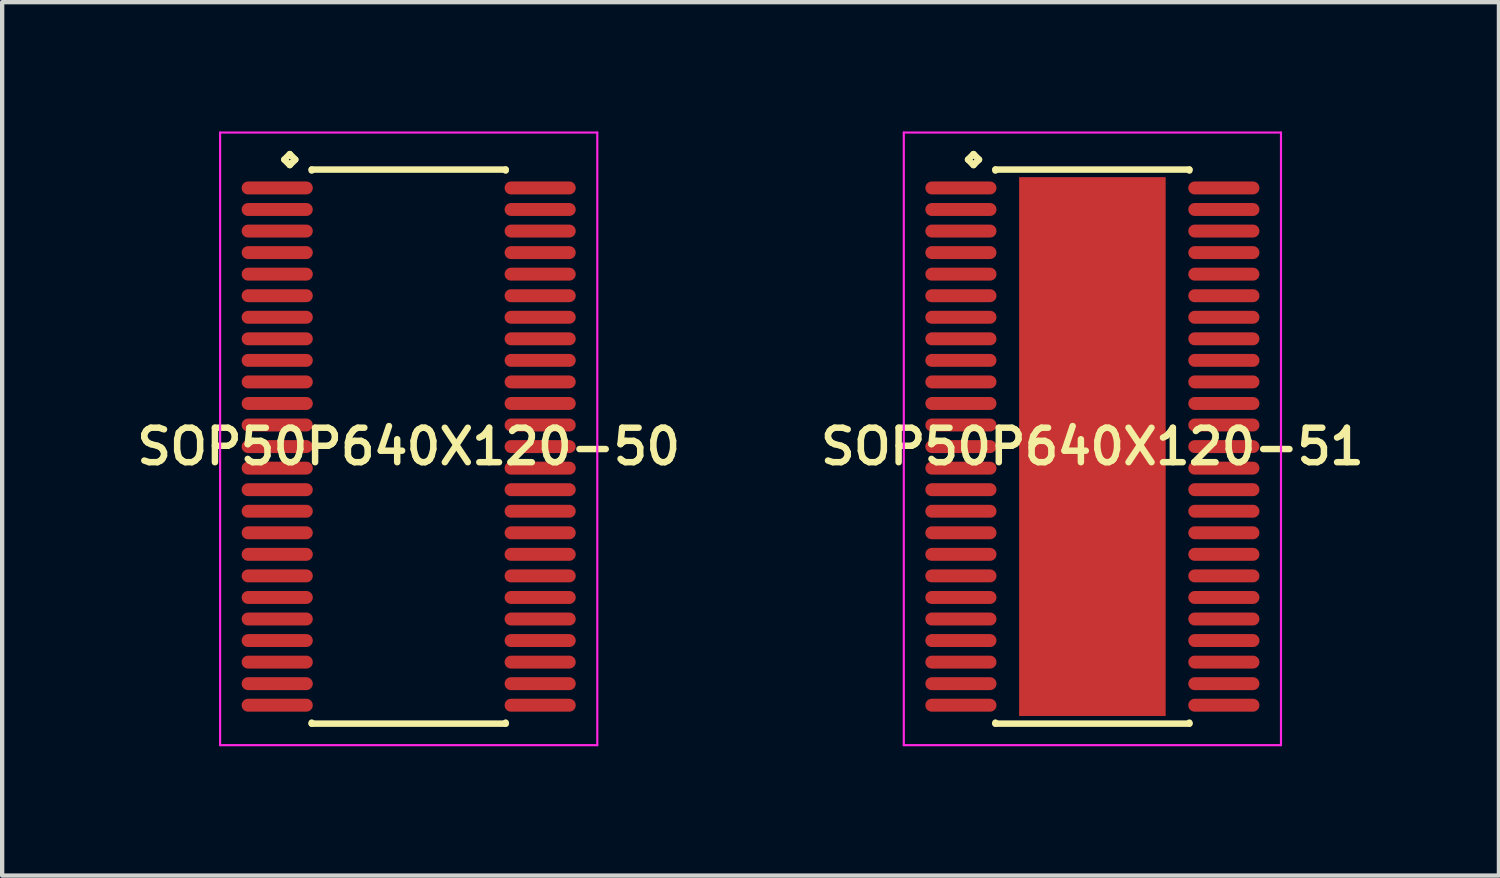
<source format=kicad_pcb>
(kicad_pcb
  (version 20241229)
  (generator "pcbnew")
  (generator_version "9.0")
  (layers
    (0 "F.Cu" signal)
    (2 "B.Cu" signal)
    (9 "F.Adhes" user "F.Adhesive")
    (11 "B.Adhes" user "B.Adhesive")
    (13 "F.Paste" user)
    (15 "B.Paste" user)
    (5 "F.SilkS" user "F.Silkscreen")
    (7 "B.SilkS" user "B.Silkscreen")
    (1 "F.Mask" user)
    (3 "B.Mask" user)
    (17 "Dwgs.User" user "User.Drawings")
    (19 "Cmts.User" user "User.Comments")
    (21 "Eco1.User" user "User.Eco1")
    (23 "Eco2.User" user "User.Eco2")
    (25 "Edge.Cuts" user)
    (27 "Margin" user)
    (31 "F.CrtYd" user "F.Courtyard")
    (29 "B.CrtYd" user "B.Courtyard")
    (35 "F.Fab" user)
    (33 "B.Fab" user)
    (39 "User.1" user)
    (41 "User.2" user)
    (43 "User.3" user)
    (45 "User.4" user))
  (footprint "SOP50P640X120-51"
    (layer "F.Cu")
    (at 22.292 7.31)
    (property "Reference" "SOP50P640X120-51" (at 0 0 0) (layer "F.SilkS") (effects (font (size 0.8 0.8) (thickness 0.15))))
    (attr smd)
    (fp_line (start -2.885 -6.658) (end -2.758 -6.785) (stroke (width 0.15) (type solid)) (layer "F.SilkS"))
    (fp_line (start -2.758 -6.785) (end -2.631 -6.658) (stroke (width 0.15) (type solid)) (layer "F.SilkS"))
    (fp_line (start -2.758 -6.531) (end -2.885 -6.658) (stroke (width 0.15) (type solid)) (layer "F.SilkS"))
    (fp_line (start -2.631 -6.658) (end -2.758 -6.531) (stroke (width 0.15) (type solid)) (layer "F.SilkS"))
    (fp_line (start -2.25 -6.427) (end 2.25 -6.427) (stroke (width 0.15) (type solid)) (layer "F.SilkS"))
    (fp_line (start -2.25 -6.404) (end -2.25 -6.427) (stroke (width 0.15) (type solid)) (layer "F.SilkS"))
    (fp_line (start -2.25 6.404) (end -2.25 6.427) (stroke (width 0.15) (type solid)) (layer "F.SilkS"))
    (fp_line (start -2.25 6.427) (end 2.25 6.427) (stroke (width 0.15) (type solid)) (layer "F.SilkS"))
    (fp_line (start 2.25 -6.427) (end 2.25 -6.404) (stroke (width 0.15) (type solid)) (layer "F.SilkS"))
    (fp_line (start 2.25 6.427) (end 2.25 6.404) (stroke (width 0.15) (type solid)) (layer "F.SilkS"))
    (fp_line (start -4.375 -7.285) (end 4.375 -7.285) (stroke (width 0.05) (type solid)) (layer "F.CrtYd"))
    (fp_line (start -4.375 6.927) (end -4.375 -7.285) (stroke (width 0.05) (type solid)) (layer "F.CrtYd"))
    (fp_line (start 4.375 -7.285) (end 4.375 6.927) (stroke (width 0.05) (type solid)) (layer "F.CrtYd"))
    (fp_line (start 4.375 6.927) (end -4.375 6.927) (stroke (width 0.05) (type solid)) (layer "F.CrtYd"))
    (pad "1" smd oval (at -3.05 -6) (size 1.65 0.3) (layers "F.Cu" "F.Mask" "F.Paste"))
    (pad "2" smd oval (at -3.05 -5.5) (size 1.65 0.3) (layers "F.Cu" "F.Mask" "F.Paste"))
    (pad "3" smd oval (at -3.05 -5) (size 1.65 0.3) (layers "F.Cu" "F.Mask" "F.Paste"))
    (pad "4" smd oval (at -3.05 -4.5) (size 1.65 0.3) (layers "F.Cu" "F.Mask" "F.Paste"))
    (pad "5" smd oval (at -3.05 -4) (size 1.65 0.3) (layers "F.Cu" "F.Mask" "F.Paste"))
    (pad "6" smd oval (at -3.05 -3.5) (size 1.65 0.3) (layers "F.Cu" "F.Mask" "F.Paste"))
    (pad "7" smd oval (at -3.05 -3) (size 1.65 0.3) (layers "F.Cu" "F.Mask" "F.Paste"))
    (pad "8" smd oval (at -3.05 -2.5) (size 1.65 0.3) (layers "F.Cu" "F.Mask" "F.Paste"))
    (pad "9" smd oval (at -3.05 -2) (size 1.65 0.3) (layers "F.Cu" "F.Mask" "F.Paste"))
    (pad "10" smd oval (at -3.05 -1.5) (size 1.65 0.3) (layers "F.Cu" "F.Mask" "F.Paste"))
    (pad "11" smd oval (at -3.05 -1) (size 1.65 0.3) (layers "F.Cu" "F.Mask" "F.Paste"))
    (pad "12" smd oval (at -3.05 -0.5) (size 1.65 0.3) (layers "F.Cu" "F.Mask" "F.Paste"))
    (pad "13" smd oval (at -3.05 0) (size 1.65 0.3) (layers "F.Cu" "F.Mask" "F.Paste"))
    (pad "14" smd oval (at -3.05 0.5) (size 1.65 0.3) (layers "F.Cu" "F.Mask" "F.Paste"))
    (pad "15" smd oval (at -3.05 1) (size 1.65 0.3) (layers "F.Cu" "F.Mask" "F.Paste"))
    (pad "16" smd oval (at -3.05 1.5) (size 1.65 0.3) (layers "F.Cu" "F.Mask" "F.Paste"))
    (pad "17" smd oval (at -3.05 2) (size 1.65 0.3) (layers "F.Cu" "F.Mask" "F.Paste"))
    (pad "18" smd oval (at -3.05 2.5) (size 1.65 0.3) (layers "F.Cu" "F.Mask" "F.Paste"))
    (pad "19" smd oval (at -3.05 3) (size 1.65 0.3) (layers "F.Cu" "F.Mask" "F.Paste"))
    (pad "20" smd oval (at -3.05 3.5) (size 1.65 0.3) (layers "F.Cu" "F.Mask" "F.Paste"))
    (pad "21" smd oval (at -3.05 4) (size 1.65 0.3) (layers "F.Cu" "F.Mask" "F.Paste"))
    (pad "22" smd oval (at -3.05 4.5) (size 1.65 0.3) (layers "F.Cu" "F.Mask" "F.Paste"))
    (pad "23" smd oval (at -3.05 5) (size 1.65 0.3) (layers "F.Cu" "F.Mask" "F.Paste"))
    (pad "24" smd oval (at -3.05 5.5) (size 1.65 0.3) (layers "F.Cu" "F.Mask" "F.Paste"))
    (pad "25" smd oval (at -3.05 6) (size 1.65 0.3) (layers "F.Cu" "F.Mask" "F.Paste"))
    (pad "26" smd oval (at 3.05 6) (size 1.65 0.3) (layers "F.Cu" "F.Mask" "F.Paste"))
    (pad "27" smd oval (at 3.05 5.5) (size 1.65 0.3) (layers "F.Cu" "F.Mask" "F.Paste"))
    (pad "28" smd oval (at 3.05 5) (size 1.65 0.3) (layers "F.Cu" "F.Mask" "F.Paste"))
    (pad "29" smd oval (at 3.05 4.5) (size 1.65 0.3) (layers "F.Cu" "F.Mask" "F.Paste"))
    (pad "30" smd oval (at 3.05 4) (size 1.65 0.3) (layers "F.Cu" "F.Mask" "F.Paste"))
    (pad "31" smd oval (at 3.05 3.5) (size 1.65 0.3) (layers "F.Cu" "F.Mask" "F.Paste"))
    (pad "32" smd oval (at 3.05 3) (size 1.65 0.3) (layers "F.Cu" "F.Mask" "F.Paste"))
    (pad "33" smd oval (at 3.05 2.5) (size 1.65 0.3) (layers "F.Cu" "F.Mask" "F.Paste"))
    (pad "34" smd oval (at 3.05 2) (size 1.65 0.3) (layers "F.Cu" "F.Mask" "F.Paste"))
    (pad "35" smd oval (at 3.05 1.5) (size 1.65 0.3) (layers "F.Cu" "F.Mask" "F.Paste"))
    (pad "36" smd oval (at 3.05 1) (size 1.65 0.3) (layers "F.Cu" "F.Mask" "F.Paste"))
    (pad "37" smd oval (at 3.05 0.5) (size 1.65 0.3) (layers "F.Cu" "F.Mask" "F.Paste"))
    (pad "38" smd oval (at 3.05 0) (size 1.65 0.3) (layers "F.Cu" "F.Mask" "F.Paste"))
    (pad "39" smd oval (at 3.05 -0.5) (size 1.65 0.3) (layers "F.Cu" "F.Mask" "F.Paste"))
    (pad "40" smd oval (at 3.05 -1) (size 1.65 0.3) (layers "F.Cu" "F.Mask" "F.Paste"))
    (pad "41" smd oval (at 3.05 -1.5) (size 1.65 0.3) (layers "F.Cu" "F.Mask" "F.Paste"))
    (pad "42" smd oval (at 3.05 -2) (size 1.65 0.3) (layers "F.Cu" "F.Mask" "F.Paste"))
    (pad "43" smd oval (at 3.05 -2.5) (size 1.65 0.3) (layers "F.Cu" "F.Mask" "F.Paste"))
    (pad "44" smd oval (at 3.05 -3) (size 1.65 0.3) (layers "F.Cu" "F.Mask" "F.Paste"))
    (pad "45" smd oval (at 3.05 -3.5) (size 1.65 0.3) (layers "F.Cu" "F.Mask" "F.Paste"))
    (pad "46" smd oval (at 3.05 -4) (size 1.65 0.3) (layers "F.Cu" "F.Mask" "F.Paste"))
    (pad "47" smd oval (at 3.05 -4.5) (size 1.65 0.3) (layers "F.Cu" "F.Mask" "F.Paste"))
    (pad "48" smd oval (at 3.05 -5) (size 1.65 0.3) (layers "F.Cu" "F.Mask" "F.Paste"))
    (pad "49" smd oval (at 3.05 -5.5) (size 1.65 0.3) (layers "F.Cu" "F.Mask" "F.Paste"))
    (pad "50" smd oval (at 3.05 -6) (size 1.65 0.3) (layers "F.Cu" "F.Mask" "F.Paste"))
    (pad "51" smd rect (at 0 0) (size 3.4 12.5) (layers "F.Cu" "F.Mask" "F.Paste")))
  (footprint "SOP50P640X120-50"
    (layer "F.Cu")
    (at 6.431 7.31)
    (property "Reference" "SOP50P640X120-50" (at 0 0 0) (layer "F.SilkS") (effects (font (size 0.8 0.8) (thickness 0.15))))
    (attr smd)
    (fp_line (start -2.885 -6.658) (end -2.758 -6.785) (stroke (width 0.15) (type solid)) (layer "F.SilkS"))
    (fp_line (start -2.758 -6.785) (end -2.631 -6.658) (stroke (width 0.15) (type solid)) (layer "F.SilkS"))
    (fp_line (start -2.758 -6.531) (end -2.885 -6.658) (stroke (width 0.15) (type solid)) (layer "F.SilkS"))
    (fp_line (start -2.631 -6.658) (end -2.758 -6.531) (stroke (width 0.15) (type solid)) (layer "F.SilkS"))
    (fp_line (start -2.25 -6.427) (end 2.25 -6.427) (stroke (width 0.15) (type solid)) (layer "F.SilkS"))
    (fp_line (start -2.25 -6.404) (end -2.25 -6.427) (stroke (width 0.15) (type solid)) (layer "F.SilkS"))
    (fp_line (start -2.25 6.404) (end -2.25 6.427) (stroke (width 0.15) (type solid)) (layer "F.SilkS"))
    (fp_line (start -2.25 6.427) (end 2.25 6.427) (stroke (width 0.15) (type solid)) (layer "F.SilkS"))
    (fp_line (start 2.25 -6.427) (end 2.25 -6.404) (stroke (width 0.15) (type solid)) (layer "F.SilkS"))
    (fp_line (start 2.25 6.427) (end 2.25 6.404) (stroke (width 0.15) (type solid)) (layer "F.SilkS"))
    (fp_line (start -4.375 -7.285) (end 4.375 -7.285) (stroke (width 0.05) (type solid)) (layer "F.CrtYd"))
    (fp_line (start -4.375 6.927) (end -4.375 -7.285) (stroke (width 0.05) (type solid)) (layer "F.CrtYd"))
    (fp_line (start 4.375 -7.285) (end 4.375 6.927) (stroke (width 0.05) (type solid)) (layer "F.CrtYd"))
    (fp_line (start 4.375 6.927) (end -4.375 6.927) (stroke (width 0.05) (type solid)) (layer "F.CrtYd"))
    (pad "1" smd oval (at -3.05 -6) (size 1.65 0.3) (layers "F.Cu" "F.Mask" "F.Paste"))
    (pad "2" smd oval (at -3.05 -5.5) (size 1.65 0.3) (layers "F.Cu" "F.Mask" "F.Paste"))
    (pad "3" smd oval (at -3.05 -5) (size 1.65 0.3) (layers "F.Cu" "F.Mask" "F.Paste"))
    (pad "4" smd oval (at -3.05 -4.5) (size 1.65 0.3) (layers "F.Cu" "F.Mask" "F.Paste"))
    (pad "5" smd oval (at -3.05 -4) (size 1.65 0.3) (layers "F.Cu" "F.Mask" "F.Paste"))
    (pad "6" smd oval (at -3.05 -3.5) (size 1.65 0.3) (layers "F.Cu" "F.Mask" "F.Paste"))
    (pad "7" smd oval (at -3.05 -3) (size 1.65 0.3) (layers "F.Cu" "F.Mask" "F.Paste"))
    (pad "8" smd oval (at -3.05 -2.5) (size 1.65 0.3) (layers "F.Cu" "F.Mask" "F.Paste"))
    (pad "9" smd oval (at -3.05 -2) (size 1.65 0.3) (layers "F.Cu" "F.Mask" "F.Paste"))
    (pad "10" smd oval (at -3.05 -1.5) (size 1.65 0.3) (layers "F.Cu" "F.Mask" "F.Paste"))
    (pad "11" smd oval (at -3.05 -1) (size 1.65 0.3) (layers "F.Cu" "F.Mask" "F.Paste"))
    (pad "12" smd oval (at -3.05 -0.5) (size 1.65 0.3) (layers "F.Cu" "F.Mask" "F.Paste"))
    (pad "13" smd oval (at -3.05 0) (size 1.65 0.3) (layers "F.Cu" "F.Mask" "F.Paste"))
    (pad "14" smd oval (at -3.05 0.5) (size 1.65 0.3) (layers "F.Cu" "F.Mask" "F.Paste"))
    (pad "15" smd oval (at -3.05 1) (size 1.65 0.3) (layers "F.Cu" "F.Mask" "F.Paste"))
    (pad "16" smd oval (at -3.05 1.5) (size 1.65 0.3) (layers "F.Cu" "F.Mask" "F.Paste"))
    (pad "17" smd oval (at -3.05 2) (size 1.65 0.3) (layers "F.Cu" "F.Mask" "F.Paste"))
    (pad "18" smd oval (at -3.05 2.5) (size 1.65 0.3) (layers "F.Cu" "F.Mask" "F.Paste"))
    (pad "19" smd oval (at -3.05 3) (size 1.65 0.3) (layers "F.Cu" "F.Mask" "F.Paste"))
    (pad "20" smd oval (at -3.05 3.5) (size 1.65 0.3) (layers "F.Cu" "F.Mask" "F.Paste"))
    (pad "21" smd oval (at -3.05 4) (size 1.65 0.3) (layers "F.Cu" "F.Mask" "F.Paste"))
    (pad "22" smd oval (at -3.05 4.5) (size 1.65 0.3) (layers "F.Cu" "F.Mask" "F.Paste"))
    (pad "23" smd oval (at -3.05 5) (size 1.65 0.3) (layers "F.Cu" "F.Mask" "F.Paste"))
    (pad "24" smd oval (at -3.05 5.5) (size 1.65 0.3) (layers "F.Cu" "F.Mask" "F.Paste"))
    (pad "25" smd oval (at -3.05 6) (size 1.65 0.3) (layers "F.Cu" "F.Mask" "F.Paste"))
    (pad "26" smd oval (at 3.05 6) (size 1.65 0.3) (layers "F.Cu" "F.Mask" "F.Paste"))
    (pad "27" smd oval (at 3.05 5.5) (size 1.65 0.3) (layers "F.Cu" "F.Mask" "F.Paste"))
    (pad "28" smd oval (at 3.05 5) (size 1.65 0.3) (layers "F.Cu" "F.Mask" "F.Paste"))
    (pad "29" smd oval (at 3.05 4.5) (size 1.65 0.3) (layers "F.Cu" "F.Mask" "F.Paste"))
    (pad "30" smd oval (at 3.05 4) (size 1.65 0.3) (layers "F.Cu" "F.Mask" "F.Paste"))
    (pad "31" smd oval (at 3.05 3.5) (size 1.65 0.3) (layers "F.Cu" "F.Mask" "F.Paste"))
    (pad "32" smd oval (at 3.05 3) (size 1.65 0.3) (layers "F.Cu" "F.Mask" "F.Paste"))
    (pad "33" smd oval (at 3.05 2.5) (size 1.65 0.3) (layers "F.Cu" "F.Mask" "F.Paste"))
    (pad "34" smd oval (at 3.05 2) (size 1.65 0.3) (layers "F.Cu" "F.Mask" "F.Paste"))
    (pad "35" smd oval (at 3.05 1.5) (size 1.65 0.3) (layers "F.Cu" "F.Mask" "F.Paste"))
    (pad "36" smd oval (at 3.05 1) (size 1.65 0.3) (layers "F.Cu" "F.Mask" "F.Paste"))
    (pad "37" smd oval (at 3.05 0.5) (size 1.65 0.3) (layers "F.Cu" "F.Mask" "F.Paste"))
    (pad "38" smd oval (at 3.05 0) (size 1.65 0.3) (layers "F.Cu" "F.Mask" "F.Paste"))
    (pad "39" smd oval (at 3.05 -0.5) (size 1.65 0.3) (layers "F.Cu" "F.Mask" "F.Paste"))
    (pad "40" smd oval (at 3.05 -1) (size 1.65 0.3) (layers "F.Cu" "F.Mask" "F.Paste"))
    (pad "41" smd oval (at 3.05 -1.5) (size 1.65 0.3) (layers "F.Cu" "F.Mask" "F.Paste"))
    (pad "42" smd oval (at 3.05 -2) (size 1.65 0.3) (layers "F.Cu" "F.Mask" "F.Paste"))
    (pad "43" smd oval (at 3.05 -2.5) (size 1.65 0.3) (layers "F.Cu" "F.Mask" "F.Paste"))
    (pad "44" smd oval (at 3.05 -3) (size 1.65 0.3) (layers "F.Cu" "F.Mask" "F.Paste"))
    (pad "45" smd oval (at 3.05 -3.5) (size 1.65 0.3) (layers "F.Cu" "F.Mask" "F.Paste"))
    (pad "46" smd oval (at 3.05 -4) (size 1.65 0.3) (layers "F.Cu" "F.Mask" "F.Paste"))
    (pad "47" smd oval (at 3.05 -4.5) (size 1.65 0.3) (layers "F.Cu" "F.Mask" "F.Paste"))
    (pad "48" smd oval (at 3.05 -5) (size 1.65 0.3) (layers "F.Cu" "F.Mask" "F.Paste"))
    (pad "49" smd oval (at 3.05 -5.5) (size 1.65 0.3) (layers "F.Cu" "F.Mask" "F.Paste"))
    (pad "50" smd oval (at 3.05 -6) (size 1.65 0.3) (layers "F.Cu" "F.Mask" "F.Paste")))
  (gr_rect
    (start -3 -3)
    (end 31.723 17.262)
    (stroke (width 0.1) (type default))
    (fill no)
    (layer "Edge.Cuts")))
</source>
